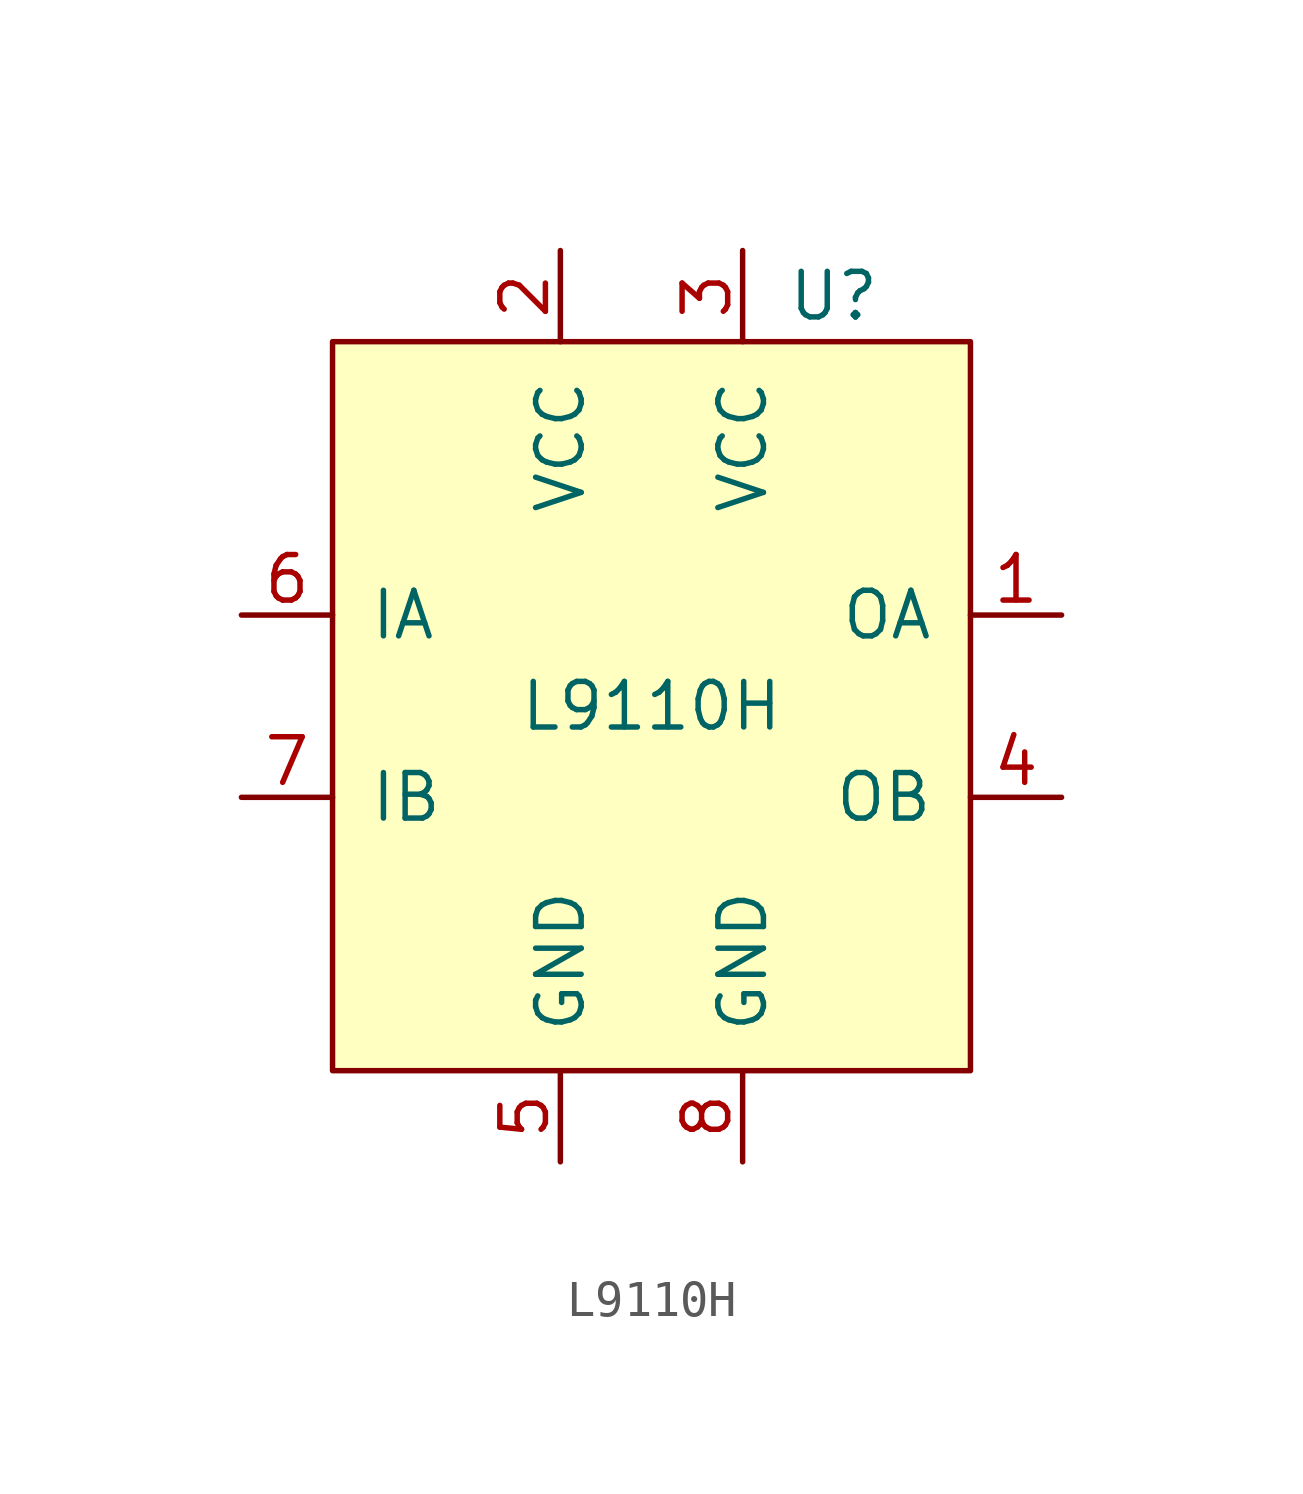
<source format=kicad_sym>
(kicad_symbol_lib
  (version 20211014)
  (generator kicad_symbol_editor)
  (symbol "L9110H"
    (pin_names
      (offset 1.016))
    (property "Reference" "U"
      (at 5.08 7.62 0)
      (effects (font (size 1.27 1.27))))
    (property "Value" "L9110H"
      (at 0 -3.81 0)
      (effects (font (size 1.27 1.27))))
    (symbol "L9110H_0_1"
      (rectangle (start -8.89 6.35) (end 8.89 -13.97) (stroke (width 0) (type default) (color 0 0 0 0)) (fill (type background))))
    (symbol "L9110H_1_1"
      (pin output line (at 11.43 -1.27 180) (length 2.54) (name "OA" (effects (font (size 1.27 1.27)))) (number "1" (effects (font (size 1.27 1.27)))))
      (pin power_in line (at -2.54 8.89 270) (length 2.54) (name "VCC" (effects (font (size 1.27 1.27)))) (number "2" (effects (font (size 1.27 1.27)))))
      (pin power_in line (at 2.54 8.89 270) (length 2.54) (name "VCC" (effects (font (size 1.27 1.27)))) (number "3" (effects (font (size 1.27 1.27)))))
      (pin output line (at 11.43 -6.35 180) (length 2.54) (name "OB" (effects (font (size 1.27 1.27)))) (number "4" (effects (font (size 1.27 1.27)))))
      (pin power_in line (at -2.54 -16.51 90) (length 2.54) (name "GND" (effects (font (size 1.27 1.27)))) (number "5" (effects (font (size 1.27 1.27)))))
      (pin input line (at -11.43 -1.27 0) (length 2.54) (name "IA" (effects (font (size 1.27 1.27)))) (number "6" (effects (font (size 1.27 1.27)))))
      (pin input line (at -11.43 -6.35 0) (length 2.54) (name "IB" (effects (font (size 1.27 1.27)))) (number "7" (effects (font (size 1.27 1.27)))))
      (pin power_in line (at 2.54 -16.51 90) (length 2.54) (name "GND" (effects (font (size 1.27 1.27)))) (number "8" (effects (font (size 1.27 1.27))))))))
</source>
